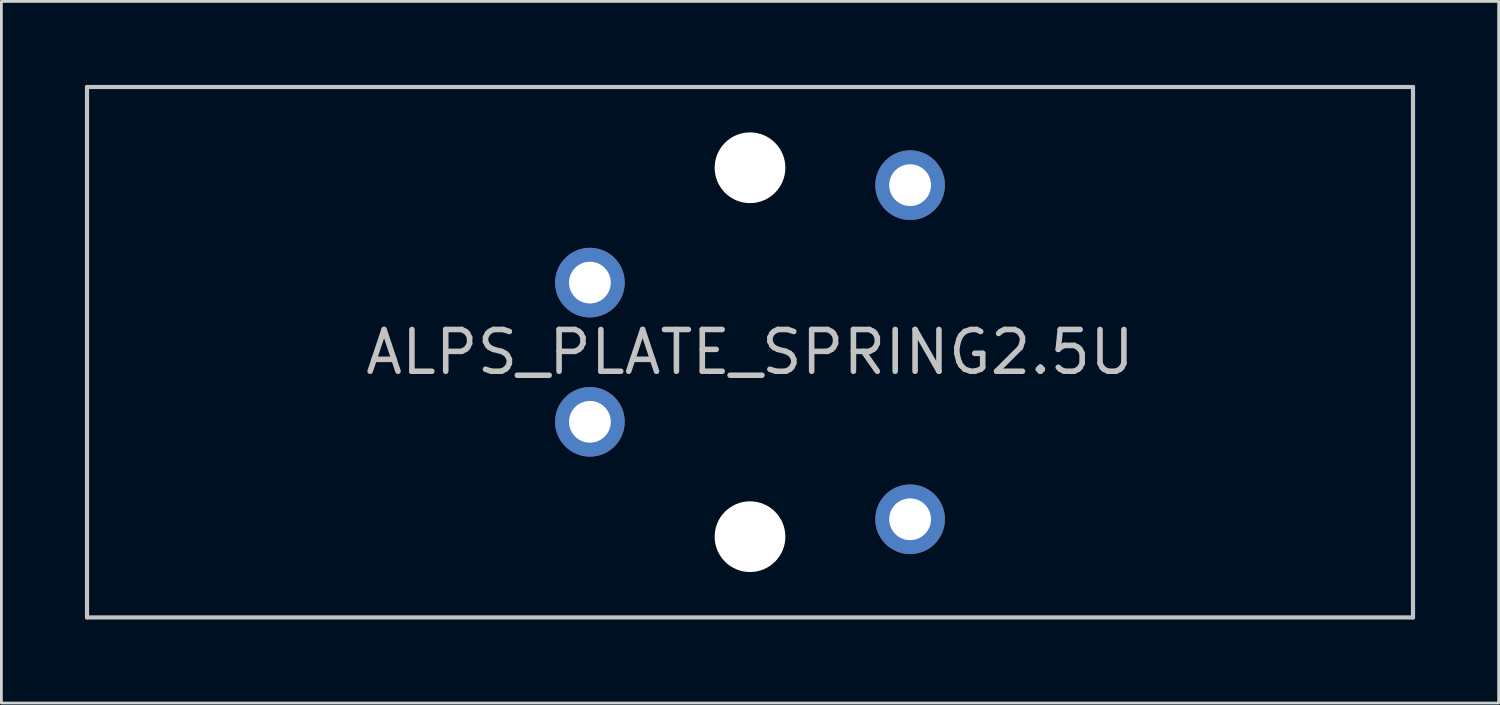
<source format=kicad_pcb>
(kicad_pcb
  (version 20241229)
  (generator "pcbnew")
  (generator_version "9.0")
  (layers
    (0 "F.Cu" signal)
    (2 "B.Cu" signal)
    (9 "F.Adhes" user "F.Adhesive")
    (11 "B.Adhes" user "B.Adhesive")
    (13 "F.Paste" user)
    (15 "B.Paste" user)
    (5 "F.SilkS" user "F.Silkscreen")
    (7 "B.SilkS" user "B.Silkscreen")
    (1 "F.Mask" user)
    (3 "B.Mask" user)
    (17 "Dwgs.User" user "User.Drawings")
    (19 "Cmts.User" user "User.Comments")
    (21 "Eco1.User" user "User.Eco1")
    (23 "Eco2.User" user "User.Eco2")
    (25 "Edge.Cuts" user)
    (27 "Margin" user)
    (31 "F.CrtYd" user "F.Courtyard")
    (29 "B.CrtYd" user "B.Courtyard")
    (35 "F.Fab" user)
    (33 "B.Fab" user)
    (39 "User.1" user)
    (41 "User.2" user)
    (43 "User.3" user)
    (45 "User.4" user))
  (footprint "ALPS_PLATE_SPRING2.5U"
    (layer "F.Cu")
    (at 23.887 9.6)
    (property "Reference" "ALPS_PLATE_SPRING2.5U" (at 0 0 0) (layer "Dwgs.User") (effects (font (size 1.5 1.5) (thickness 0.2))))
    (attr through_hole)
    (fp_line (start -23.812 -9.525) (end -23.812 9.525) (stroke (width 0.15) (type solid)) (layer "Dwgs.User"))
    (fp_line (start -23.812 -9.525) (end 23.812 -9.525) (stroke (width 0.15) (type solid)) (layer "Dwgs.User"))
    (fp_line (start -23.812 9.525) (end 23.812 9.525) (stroke (width 0.15) (type solid)) (layer "Dwgs.User"))
    (fp_line (start 23.812 9.525) (end 23.812 -9.525) (stroke (width 0.15) (type solid)) (layer "Dwgs.User"))
    (pad "" np_thru_hole circle (at 0 -6.625 90) (size 2.54 2.54) (drill 2.54) (layers "*.Cu"))
    (pad "" np_thru_hole circle (at 0 6.625 90) (size 2.54 2.54) (drill 2.54) (layers "*.Cu"))
    (pad "1" thru_hole circle (at -5.75 2.5 90) (size 2.5 2.5) (drill 1.5) (layers "*.Cu" "*.Mask"))
    (pad "2" thru_hole circle (at -5.75 -2.5 90) (size 2.5 2.5) (drill 1.5) (layers "*.Cu" "*.Mask"))
    (pad "3" thru_hole circle (at 5.75 -6 90) (size 2.5 2.5) (drill 1.5) (layers "*.Cu" "*.Mask"))
    (pad "3" thru_hole circle (at 5.75 6 90) (size 2.5 2.5) (drill 1.5) (layers "*.Cu" "*.Mask")))
  (gr_rect
    (start -3 -3)
    (end 50.775 22.2)
    (stroke (width 0.1) (type default))
    (fill no)
    (layer "Edge.Cuts")))
</source>
